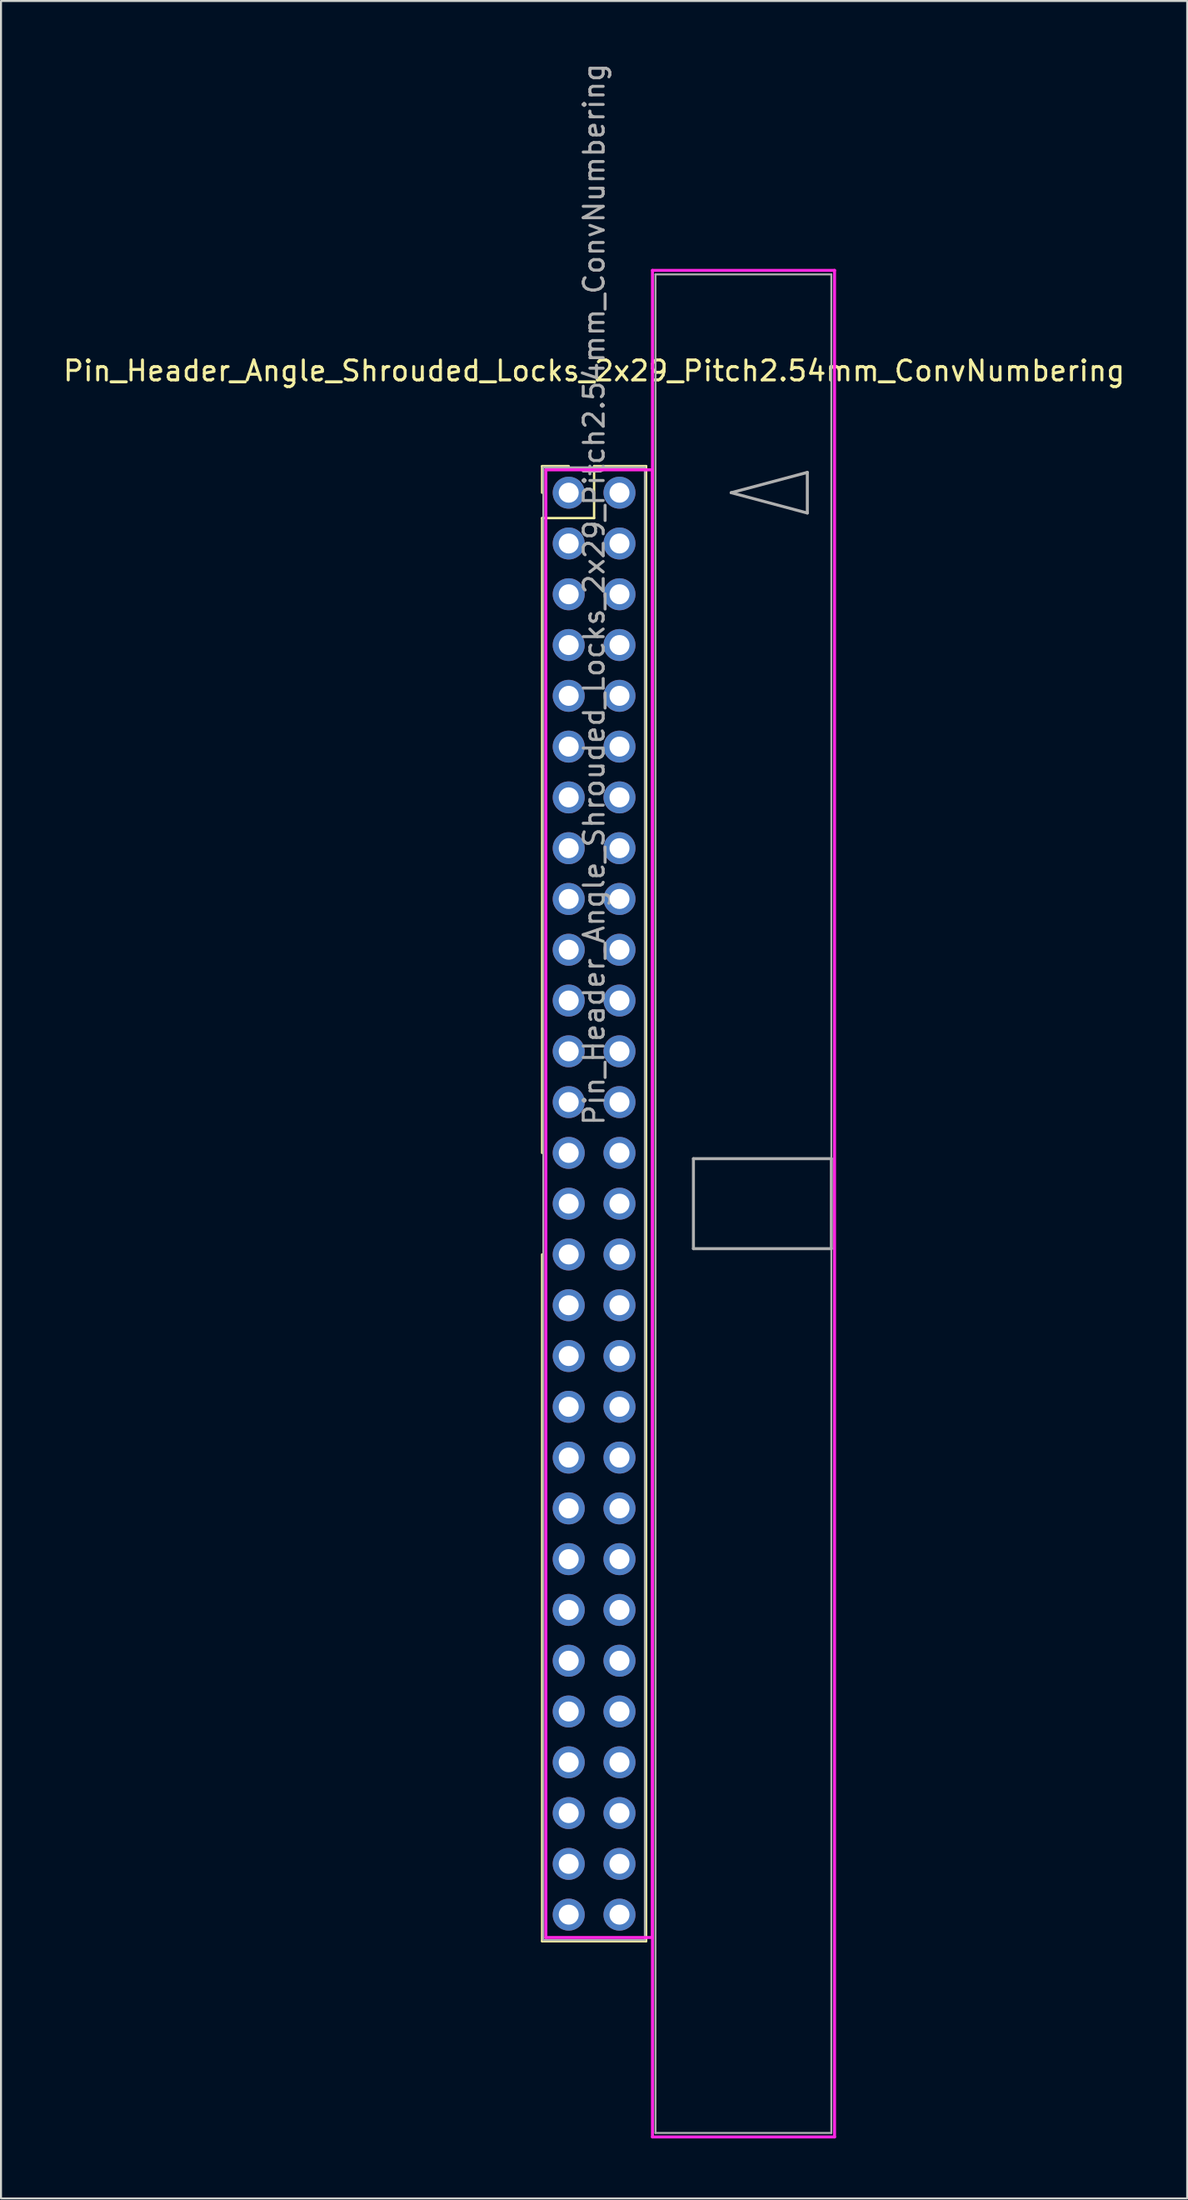
<source format=kicad_pcb>
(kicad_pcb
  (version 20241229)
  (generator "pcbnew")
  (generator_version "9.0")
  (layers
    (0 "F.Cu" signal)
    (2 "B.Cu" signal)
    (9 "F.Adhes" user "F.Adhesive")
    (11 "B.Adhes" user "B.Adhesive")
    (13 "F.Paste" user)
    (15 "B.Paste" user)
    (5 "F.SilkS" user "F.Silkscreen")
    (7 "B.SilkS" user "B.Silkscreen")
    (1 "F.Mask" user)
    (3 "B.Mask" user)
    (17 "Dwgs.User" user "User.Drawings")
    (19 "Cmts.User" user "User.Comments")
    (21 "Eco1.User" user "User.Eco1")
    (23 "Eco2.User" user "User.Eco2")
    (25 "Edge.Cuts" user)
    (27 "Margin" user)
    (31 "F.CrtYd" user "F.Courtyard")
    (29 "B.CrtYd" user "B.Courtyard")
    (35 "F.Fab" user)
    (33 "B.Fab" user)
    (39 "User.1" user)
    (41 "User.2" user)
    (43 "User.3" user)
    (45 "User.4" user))
  (footprint "Pin_Header_Angle_Shrouded_Locks_2x29_Pitch2.54mm_ConvNumbering"
    (layer "F.Cu")
    (at 25.403 21.593)
    (property "Reference" "Pin_Header_Angle_Shrouded_Locks_2x29_Pitch2.54mm_ConvNumbering" (at 1.27 -6.096 0) (layer "F.SilkS") (effects (font (size 1 1) (thickness 0.15))))
    (attr through_hole)
    (fp_line (start -1.33 -1.33) (end 0 -1.33) (stroke (width 0.12) (type solid)) (layer "F.SilkS"))
    (fp_line (start -1.33 0) (end -1.33 -1.33) (stroke (width 0.12) (type solid)) (layer "F.SilkS"))
    (fp_line (start -1.33 1.27) (end -1.33 33.02) (stroke (width 0.12) (type solid)) (layer "F.SilkS"))
    (fp_line (start -1.33 1.27) (end 1.27 1.27) (stroke (width 0.12) (type solid)) (layer "F.SilkS"))
    (fp_line (start -1.33 38.1) (end -1.33 72.45) (stroke (width 0.12) (type solid)) (layer "F.SilkS"))
    (fp_line (start -1.33 72.45) (end 3.87 72.45) (stroke (width 0.12) (type solid)) (layer "F.SilkS"))
    (fp_line (start 1.27 -1.33) (end 3.87 -1.33) (stroke (width 0.12) (type solid)) (layer "F.SilkS"))
    (fp_line (start 1.27 1.27) (end 1.27 -1.33) (stroke (width 0.12) (type solid)) (layer "F.SilkS"))
    (fp_line (start 3.87 -1.33) (end 3.87 72.45) (stroke (width 0.12) (type solid)) (layer "F.SilkS"))
    (fp_line (start -1.143 -1.143) (end -1.143 72.263) (stroke (width 0.15) (type solid)) (layer "F.CrtYd"))
    (fp_line (start -1.143 72.263) (end 4.19 72.263) (stroke (width 0.15) (type solid)) (layer "F.CrtYd"))
    (fp_line (start 4.19 -11.12) (end 4.19 82.24) (stroke (width 0.15) (type solid)) (layer "F.CrtYd"))
    (fp_line (start 4.19 -1.143) (end -1.143 -1.143) (stroke (width 0.15) (type solid)) (layer "F.CrtYd"))
    (fp_line (start 4.19 72.263) (end 4.19 -1.143) (stroke (width 0.15) (type solid)) (layer "F.CrtYd"))
    (fp_line (start 4.19 82.24) (end 13.3 82.24) (stroke (width 0.15) (type solid)) (layer "F.CrtYd"))
    (fp_line (start 13.3 -11.12) (end 4.19 -11.12) (stroke (width 0.15) (type solid)) (layer "F.CrtYd"))
    (fp_line (start 13.3 82.24) (end 13.3 -11.12) (stroke (width 0.15) (type solid)) (layer "F.CrtYd"))
    (fp_line (start -1.27 -1.27) (end -1.27 72.39) (stroke (width 0.1) (type solid)) (layer "F.Fab"))
    (fp_line (start -1.27 72.39) (end 3.81 72.39) (stroke (width 0.1) (type solid)) (layer "F.Fab"))
    (fp_line (start 3.81 -1.27) (end -1.27 -1.27) (stroke (width 0.1) (type solid)) (layer "F.Fab"))
    (fp_line (start 3.81 72.39) (end 3.81 -1.27) (stroke (width 0.1) (type solid)) (layer "F.Fab"))
    (fp_line (start 4.34 -10.92) (end 4.34 82.04) (stroke (width 0.1) (type solid)) (layer "F.Fab"))
    (fp_line (start 4.34 82.04) (end 13.14 82.04) (stroke (width 0.1) (type solid)) (layer "F.Fab"))
    (fp_line (start 6.24 33.31) (end 6.24 37.81) (stroke (width 0.15) (type solid)) (layer "F.Fab"))
    (fp_line (start 6.24 37.81) (end 13.14 37.81) (stroke (width 0.15) (type solid)) (layer "F.Fab"))
    (fp_line (start 8.128 0) (end 11.938 -1.016) (stroke (width 0.15) (type solid)) (layer "F.Fab"))
    (fp_line (start 11.938 -1.016) (end 11.938 1.016) (stroke (width 0.15) (type solid)) (layer "F.Fab"))
    (fp_line (start 11.938 1.016) (end 8.128 0) (stroke (width 0.15) (type solid)) (layer "F.Fab"))
    (fp_line (start 13.14 -10.92) (end 4.34 -10.92) (stroke (width 0.1) (type solid)) (layer "F.Fab"))
    (fp_line (start 13.14 33.31) (end 6.24 33.31) (stroke (width 0.15) (type solid)) (layer "F.Fab"))
    (fp_line (start 13.14 37.81) (end 13.14 33.31) (stroke (width 0.15) (type solid)) (layer "F.Fab"))
    (fp_line (start 13.14 82.04) (end 13.14 -10.92) (stroke (width 0.1) (type solid)) (layer "F.Fab"))
    (fp_text user "${REFERENCE}" (at 1.27 5.08 90) (layer "F.Fab") (effects (font (size 1 1) (thickness 0.15))))
    (pad "1" thru_hole oval (at 0 0) (size 1.6 1.6) (drill 1) (layers "*.Cu" "*.Mask"))
    (pad "2" thru_hole oval (at 2.54 0) (size 1.6 1.6) (drill 1) (layers "*.Cu" "*.Mask"))
    (pad "3" thru_hole oval (at 0 2.54) (size 1.6 1.6) (drill 1) (layers "*.Cu" "*.Mask"))
    (pad "4" thru_hole oval (at 2.54 2.54) (size 1.6 1.6) (drill 1) (layers "*.Cu" "*.Mask"))
    (pad "5" thru_hole oval (at 0 5.08) (size 1.6 1.6) (drill 1) (layers "*.Cu" "*.Mask"))
    (pad "6" thru_hole oval (at 2.54 5.08) (size 1.6 1.6) (drill 1) (layers "*.Cu" "*.Mask"))
    (pad "7" thru_hole oval (at 0 7.62) (size 1.6 1.6) (drill 1) (layers "*.Cu" "*.Mask"))
    (pad "8" thru_hole oval (at 2.54 7.62) (size 1.6 1.6) (drill 1) (layers "*.Cu" "*.Mask"))
    (pad "9" thru_hole oval (at 0 10.16) (size 1.6 1.6) (drill 1) (layers "*.Cu" "*.Mask"))
    (pad "10" thru_hole oval (at 2.54 10.16) (size 1.6 1.6) (drill 1) (layers "*.Cu" "*.Mask"))
    (pad "11" thru_hole oval (at 0 12.7) (size 1.6 1.6) (drill 1) (layers "*.Cu" "*.Mask"))
    (pad "12" thru_hole oval (at 2.54 12.7) (size 1.6 1.6) (drill 1) (layers "*.Cu" "*.Mask"))
    (pad "13" thru_hole oval (at 0 15.24) (size 1.6 1.6) (drill 1) (layers "*.Cu" "*.Mask"))
    (pad "14" thru_hole oval (at 2.54 15.24) (size 1.6 1.6) (drill 1) (layers "*.Cu" "*.Mask"))
    (pad "15" thru_hole oval (at 0 17.78) (size 1.6 1.6) (drill 1) (layers "*.Cu" "*.Mask"))
    (pad "16" thru_hole oval (at 2.54 17.78) (size 1.6 1.6) (drill 1) (layers "*.Cu" "*.Mask"))
    (pad "17" thru_hole oval (at 0 20.32) (size 1.6 1.6) (drill 1) (layers "*.Cu" "*.Mask"))
    (pad "18" thru_hole oval (at 2.54 20.32) (size 1.6 1.6) (drill 1) (layers "*.Cu" "*.Mask"))
    (pad "19" thru_hole oval (at 0 22.86) (size 1.6 1.6) (drill 1) (layers "*.Cu" "*.Mask"))
    (pad "20" thru_hole oval (at 2.54 22.86) (size 1.6 1.6) (drill 1) (layers "*.Cu" "*.Mask"))
    (pad "21" thru_hole oval (at 0 25.4) (size 1.6 1.6) (drill 1) (layers "*.Cu" "*.Mask"))
    (pad "22" thru_hole oval (at 2.54 25.4) (size 1.6 1.6) (drill 1) (layers "*.Cu" "*.Mask"))
    (pad "23" thru_hole oval (at 0 27.94) (size 1.6 1.6) (drill 1) (layers "*.Cu" "*.Mask"))
    (pad "24" thru_hole oval (at 2.54 27.94) (size 1.6 1.6) (drill 1) (layers "*.Cu" "*.Mask"))
    (pad "25" thru_hole oval (at 0 30.48) (size 1.6 1.6) (drill 1) (layers "*.Cu" "*.Mask"))
    (pad "26" thru_hole oval (at 2.54 30.48) (size 1.6 1.6) (drill 1) (layers "*.Cu" "*.Mask"))
    (pad "27" thru_hole oval (at 0 33.02) (size 1.6 1.6) (drill 1) (layers "*.Cu" "*.Mask"))
    (pad "28" thru_hole oval (at 2.54 33.02) (size 1.6 1.6) (drill 1) (layers "*.Cu" "*.Mask"))
    (pad "29" thru_hole oval (at 0 35.56) (size 1.6 1.6) (drill 1) (layers "*.Cu" "*.Mask"))
    (pad "30" thru_hole oval (at 2.54 35.56) (size 1.6 1.6) (drill 1) (layers "*.Cu" "*.Mask"))
    (pad "31" thru_hole oval (at 0 38.1) (size 1.6 1.6) (drill 1) (layers "*.Cu" "*.Mask"))
    (pad "32" thru_hole oval (at 2.54 38.1) (size 1.6 1.6) (drill 1) (layers "*.Cu" "*.Mask"))
    (pad "33" thru_hole oval (at 0 40.64) (size 1.6 1.6) (drill 1) (layers "*.Cu" "*.Mask"))
    (pad "34" thru_hole oval (at 2.54 40.64) (size 1.6 1.6) (drill 1) (layers "*.Cu" "*.Mask"))
    (pad "35" thru_hole oval (at 0 43.18) (size 1.6 1.6) (drill 1) (layers "*.Cu" "*.Mask"))
    (pad "36" thru_hole oval (at 2.54 43.18) (size 1.6 1.6) (drill 1) (layers "*.Cu" "*.Mask"))
    (pad "37" thru_hole oval (at 0 45.72) (size 1.6 1.6) (drill 1) (layers "*.Cu" "*.Mask"))
    (pad "38" thru_hole oval (at 2.54 45.72) (size 1.6 1.6) (drill 1) (layers "*.Cu" "*.Mask"))
    (pad "39" thru_hole oval (at 0 48.26) (size 1.6 1.6) (drill 1) (layers "*.Cu" "*.Mask"))
    (pad "40" thru_hole oval (at 2.54 48.26) (size 1.6 1.6) (drill 1) (layers "*.Cu" "*.Mask"))
    (pad "41" thru_hole oval (at 0 50.8) (size 1.6 1.6) (drill 1) (layers "*.Cu" "*.Mask"))
    (pad "42" thru_hole oval (at 2.54 50.8) (size 1.6 1.6) (drill 1) (layers "*.Cu" "*.Mask"))
    (pad "43" thru_hole oval (at 0 53.34) (size 1.6 1.6) (drill 1) (layers "*.Cu" "*.Mask"))
    (pad "44" thru_hole oval (at 2.54 53.34) (size 1.6 1.6) (drill 1) (layers "*.Cu" "*.Mask"))
    (pad "45" thru_hole oval (at 0 55.88) (size 1.6 1.6) (drill 1) (layers "*.Cu" "*.Mask"))
    (pad "46" thru_hole oval (at 2.54 55.88) (size 1.6 1.6) (drill 1) (layers "*.Cu" "*.Mask"))
    (pad "47" thru_hole oval (at 0 58.42) (size 1.6 1.6) (drill 1) (layers "*.Cu" "*.Mask"))
    (pad "48" thru_hole oval (at 2.54 58.42) (size 1.6 1.6) (drill 1) (layers "*.Cu" "*.Mask"))
    (pad "49" thru_hole oval (at 0 60.96) (size 1.6 1.6) (drill 1) (layers "*.Cu" "*.Mask"))
    (pad "50" thru_hole oval (at 2.54 60.96) (size 1.6 1.6) (drill 1) (layers "*.Cu" "*.Mask"))
    (pad "51" thru_hole oval (at 0 63.5) (size 1.6 1.6) (drill 1) (layers "*.Cu" "*.Mask"))
    (pad "52" thru_hole oval (at 2.54 63.5) (size 1.6 1.6) (drill 1) (layers "*.Cu" "*.Mask"))
    (pad "53" thru_hole oval (at 0 66.04) (size 1.6 1.6) (drill 1) (layers "*.Cu" "*.Mask"))
    (pad "54" thru_hole oval (at 2.54 66.04) (size 1.6 1.6) (drill 1) (layers "*.Cu" "*.Mask"))
    (pad "55" thru_hole oval (at 0 68.58) (size 1.6 1.6) (drill 1) (layers "*.Cu" "*.Mask"))
    (pad "56" thru_hole oval (at 2.54 68.58) (size 1.6 1.6) (drill 1) (layers "*.Cu" "*.Mask"))
    (pad "57" thru_hole oval (at 0 71.12) (size 1.6 1.6) (drill 1) (layers "*.Cu" "*.Mask"))
    (pad "58" thru_hole oval (at 2.54 71.12) (size 1.6 1.6) (drill 1) (layers "*.Cu" "*.Mask")))
  (gr_rect
    (start -3 -3)
    (end 56.345 106.908)
    (stroke (width 0.1) (type default))
    (fill no)
    (layer "Edge.Cuts")))
</source>
